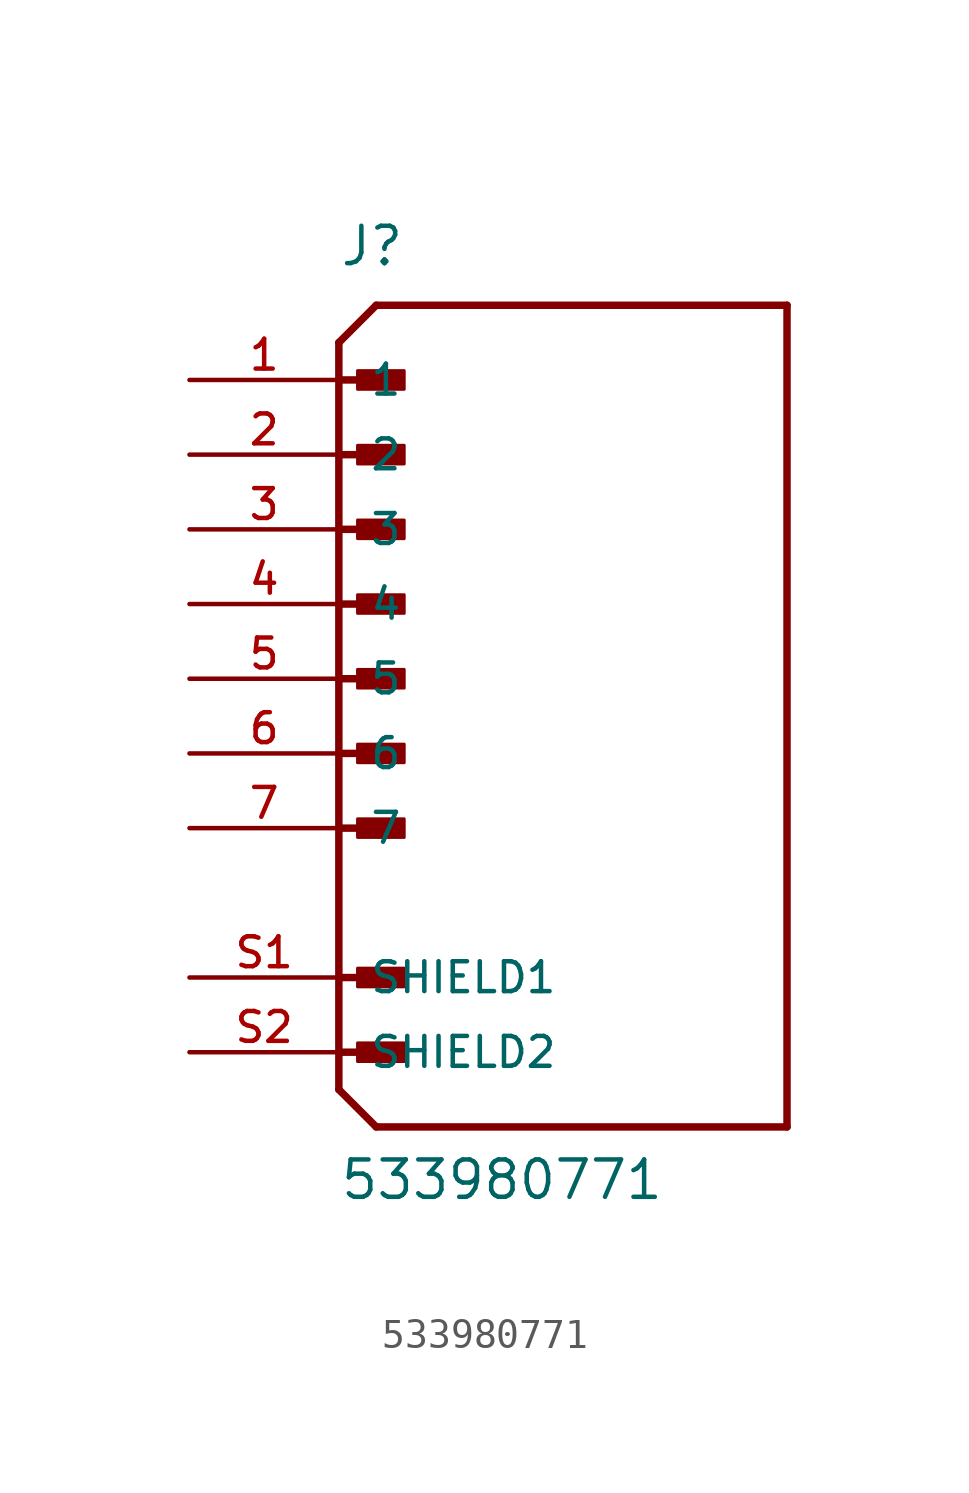
<source format=kicad_sym>
(kicad_symbol_lib
  (version 20211014)
  (generator kicad_symbol_editor)
  (symbol "533980771"
    (pin_names
      (offset 1.016))
    (property "Reference" "J"
      (at -7.62 13.97 0)
      (effects (font (size 1.27 1.27)) (justify bottom left)))
    (property "Value" "533980771"
      (at -7.62 -17.78 0)
      (effects (font (size 1.27 1.27)) (justify bottom left)))
    (symbol "533980771_0_0"
      (polyline (pts (xy -7.62 11.43) (xy -6.35 12.7)) (stroke (width 0.254)))
      (polyline (pts (xy -7.62 11.43) (xy -7.62 -13.97)) (stroke (width 0.254)))
      (polyline (pts (xy -7.62 -13.97) (xy -6.35 -15.24)) (stroke (width 0.254)))
      (polyline (pts (xy -6.35 -15.24) (xy 7.62 -15.24)) (stroke (width 0.254)))
      (polyline (pts (xy 7.62 -15.24) (xy 7.62 12.7)) (stroke (width 0.254)))
      (polyline (pts (xy 7.62 12.7) (xy -6.35 12.7)) (stroke (width 0.254)))
      (rectangle (start -6.985 9.842) (end -5.397 10.477) (stroke (width 0.1)) (fill (type outline)))
      (polyline (pts (xy -7.62 7.62) (xy -5.715 7.62)) (stroke (width 0.254)))
      (rectangle (start -6.985 7.303) (end -5.397 7.938) (stroke (width 0.1)) (fill (type outline)))
      (polyline (pts (xy -7.62 5.08) (xy -5.715 5.08)) (stroke (width 0.254)))
      (rectangle (start -6.985 4.763) (end -5.397 5.397) (stroke (width 0.1)) (fill (type outline)))
      (polyline (pts (xy -7.62 2.54) (xy -5.715 2.54)) (stroke (width 0.254)))
      (rectangle (start -6.985 2.223) (end -5.397 2.857) (stroke (width 0.1)) (fill (type outline)))
      (polyline (pts (xy -7.62 0.0) (xy -5.715 0.0)) (stroke (width 0.254)))
      (rectangle (start -6.985 -0.318) (end -5.397 0.318) (stroke (width 0.1)) (fill (type outline)))
      (polyline (pts (xy -7.62 -2.54) (xy -5.715 -2.54)) (stroke (width 0.254)))
      (rectangle (start -6.985 -2.857) (end -5.397 -2.223) (stroke (width 0.1)) (fill (type outline)))
      (polyline (pts (xy -7.62 -5.08) (xy -5.715 -5.08)) (stroke (width 0.254)))
      (rectangle (start -6.985 -5.397) (end -5.397 -4.763) (stroke (width 0.1)) (fill (type outline)))
      (polyline (pts (xy -7.62 10.16) (xy -5.715 10.16)) (stroke (width 0.254)))
      (polyline (pts (xy -7.62 -10.16) (xy -5.715 -10.16)) (stroke (width 0.254)))
      (rectangle (start -6.985 -10.477) (end -5.397 -9.842) (stroke (width 0.1)) (fill (type outline)))
      (polyline (pts (xy -7.62 -12.7) (xy -5.715 -12.7)) (stroke (width 0.254)))
      (rectangle (start -6.985 -13.018) (end -5.397 -12.383) (stroke (width 0.1)) (fill (type outline)))
      (pin passive line (at -12.7 10.16 0) (length 5.08) (name "1" (effects (font (size 1.016 1.016)))) (number "1" (effects (font (size 1.016 1.016)))))
      (pin passive line (at -12.7 7.62 0) (length 5.08) (name "2" (effects (font (size 1.016 1.016)))) (number "2" (effects (font (size 1.016 1.016)))))
      (pin passive line (at -12.7 5.08 0) (length 5.08) (name "3" (effects (font (size 1.016 1.016)))) (number "3" (effects (font (size 1.016 1.016)))))
      (pin passive line (at -12.7 2.54 0) (length 5.08) (name "4" (effects (font (size 1.016 1.016)))) (number "4" (effects (font (size 1.016 1.016)))))
      (pin passive line (at -12.7 0.0 0) (length 5.08) (name "5" (effects (font (size 1.016 1.016)))) (number "5" (effects (font (size 1.016 1.016)))))
      (pin passive line (at -12.7 -2.54 0) (length 5.08) (name "6" (effects (font (size 1.016 1.016)))) (number "6" (effects (font (size 1.016 1.016)))))
      (pin passive line (at -12.7 -5.08 0) (length 5.08) (name "7" (effects (font (size 1.016 1.016)))) (number "7" (effects (font (size 1.016 1.016)))))
      (pin passive line (at -12.7 -10.16 0) (length 5.08) (name "SHIELD1" (effects (font (size 1.016 1.016)))) (number "S1" (effects (font (size 1.016 1.016)))))
      (pin passive line (at -12.7 -12.7 0) (length 5.08) (name "SHIELD2" (effects (font (size 1.016 1.016)))) (number "S2" (effects (font (size 1.016 1.016))))))))
</source>
